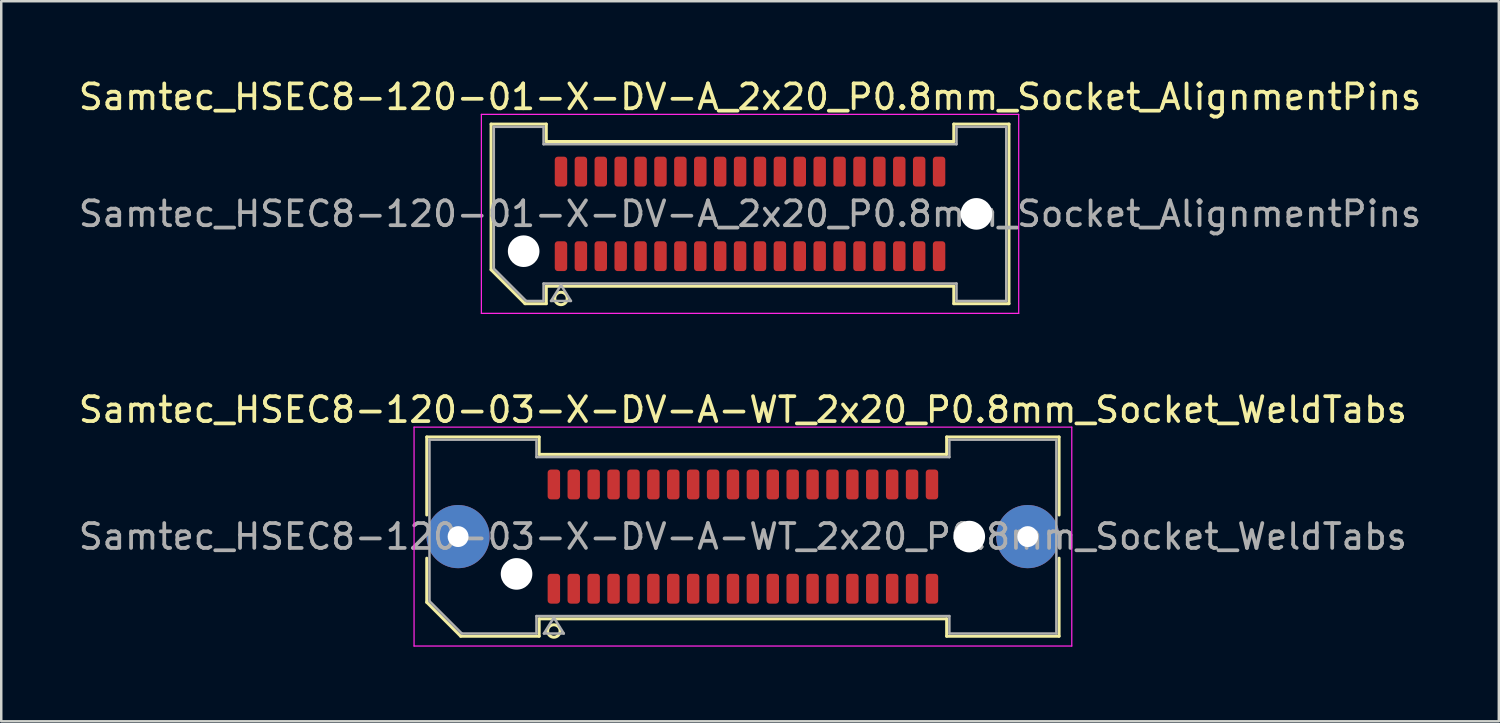
<source format=kicad_pcb>
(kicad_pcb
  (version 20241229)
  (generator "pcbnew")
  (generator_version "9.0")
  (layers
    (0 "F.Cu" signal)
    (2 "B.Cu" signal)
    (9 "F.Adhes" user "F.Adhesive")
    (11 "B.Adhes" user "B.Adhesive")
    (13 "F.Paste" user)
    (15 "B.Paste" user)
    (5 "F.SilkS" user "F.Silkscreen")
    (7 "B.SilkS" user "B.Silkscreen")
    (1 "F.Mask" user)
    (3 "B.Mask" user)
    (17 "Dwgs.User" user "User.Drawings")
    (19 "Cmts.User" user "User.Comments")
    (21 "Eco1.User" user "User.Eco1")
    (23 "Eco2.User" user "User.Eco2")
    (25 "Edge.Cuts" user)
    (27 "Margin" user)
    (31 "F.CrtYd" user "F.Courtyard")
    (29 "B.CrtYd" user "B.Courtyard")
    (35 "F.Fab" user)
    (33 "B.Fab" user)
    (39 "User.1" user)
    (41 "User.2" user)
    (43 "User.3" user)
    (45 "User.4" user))
  (footprint "Samtec_HSEC8-120-01-X-DV-A_2x20_P0.8mm_Socket_AlignmentPins"
    (layer "F.Cu")
    (at 27.101 5.548)
    (property "Reference" "Samtec_HSEC8-120-01-X-DV-A_2x20_P0.8mm_Socket_AlignmentPins" (at 0 -4.7 0) (layer "F.SilkS") (effects (font (size 1 1) (thickness 0.15))))
    (attr smd)
    (fp_line (start -10.41 -3.61) (end -8.19 -3.61) (stroke (width 0.12) (type solid)) (layer "F.SilkS"))
    (fp_line (start -10.41 2.246) (end -10.41 -3.61) (stroke (width 0.12) (type solid)) (layer "F.SilkS"))
    (fp_line (start -9.046 3.61) (end -10.41 2.246) (stroke (width 0.12) (type solid)) (layer "F.SilkS"))
    (fp_line (start -8.19 -3.61) (end -8.19 -2.91) (stroke (width 0.12) (type solid)) (layer "F.SilkS"))
    (fp_line (start -8.19 -2.91) (end 8.19 -2.91) (stroke (width 0.12) (type solid)) (layer "F.SilkS"))
    (fp_line (start -8.19 2.91) (end -8.19 3.61) (stroke (width 0.12) (type solid)) (layer "F.SilkS"))
    (fp_line (start -8.19 3.61) (end -9.046 3.61) (stroke (width 0.12) (type solid)) (layer "F.SilkS"))
    (fp_line (start 8.19 -3.61) (end 10.41 -3.61) (stroke (width 0.12) (type solid)) (layer "F.SilkS"))
    (fp_line (start 8.19 -2.91) (end 8.19 -3.61) (stroke (width 0.12) (type solid)) (layer "F.SilkS"))
    (fp_line (start 8.19 2.91) (end -8.19 2.91) (stroke (width 0.12) (type solid)) (layer "F.SilkS"))
    (fp_line (start 8.19 3.61) (end 8.19 2.91) (stroke (width 0.12) (type solid)) (layer "F.SilkS"))
    (fp_line (start 10.41 -3.61) (end 10.41 3.61) (stroke (width 0.12) (type solid)) (layer "F.SilkS"))
    (fp_line (start 10.41 3.61) (end 8.19 3.61) (stroke (width 0.12) (type solid)) (layer "F.SilkS"))
    (fp_arc (start -7.35 3.4) (mid -7.85 3.4) (end -7.35 3.4) (stroke (width 0.12) (type solid)) (layer "F.SilkS"))
    (fp_line (start -10.8 -4) (end -10.8 4) (stroke (width 0.05) (type solid)) (layer "F.CrtYd"))
    (fp_line (start -10.8 4) (end 10.8 4) (stroke (width 0.05) (type solid)) (layer "F.CrtYd"))
    (fp_line (start 10.8 -4) (end -10.8 -4) (stroke (width 0.05) (type solid)) (layer "F.CrtYd"))
    (fp_line (start 10.8 4) (end 10.8 -4) (stroke (width 0.05) (type solid)) (layer "F.CrtYd"))
    (fp_line (start -10.3 -3.5) (end -8.3 -3.5) (stroke (width 0.1) (type solid)) (layer "F.Fab"))
    (fp_line (start -10.3 2.2) (end -10.3 -3.5) (stroke (width 0.1) (type solid)) (layer "F.Fab"))
    (fp_line (start -9 3.5) (end -10.3 2.2) (stroke (width 0.1) (type solid)) (layer "F.Fab"))
    (fp_line (start -8.3 -3.5) (end -8.3 -2.8) (stroke (width 0.1) (type solid)) (layer "F.Fab"))
    (fp_line (start -8.3 -2.8) (end 8.3 -2.8) (stroke (width 0.1) (type solid)) (layer "F.Fab"))
    (fp_line (start -8.3 2.8) (end -8.3 3.5) (stroke (width 0.1) (type solid)) (layer "F.Fab"))
    (fp_line (start -8.3 3.5) (end -9 3.5) (stroke (width 0.1) (type solid)) (layer "F.Fab"))
    (fp_line (start -8 3.5) (end -7.6 2.86) (stroke (width 0.1) (type solid)) (layer "F.Fab"))
    (fp_line (start -7.6 2.86) (end -7.2 3.5) (stroke (width 0.1) (type solid)) (layer "F.Fab"))
    (fp_line (start -7.2 3.5) (end -8 3.5) (stroke (width 0.1) (type solid)) (layer "F.Fab"))
    (fp_line (start 8.3 -3.5) (end 10.3 -3.5) (stroke (width 0.1) (type solid)) (layer "F.Fab"))
    (fp_line (start 8.3 -2.8) (end 8.3 -3.5) (stroke (width 0.1) (type solid)) (layer "F.Fab"))
    (fp_line (start 8.3 2.8) (end -8.3 2.8) (stroke (width 0.1) (type solid)) (layer "F.Fab"))
    (fp_line (start 8.3 3.5) (end 8.3 2.8) (stroke (width 0.1) (type solid)) (layer "F.Fab"))
    (fp_line (start 10.3 -3.5) (end 10.3 3.5) (stroke (width 0.1) (type solid)) (layer "F.Fab"))
    (fp_line (start 10.3 3.5) (end 8.3 3.5) (stroke (width 0.1) (type solid)) (layer "F.Fab"))
    (fp_text user "${REFERENCE}" (at 0 0 0) (layer "F.Fab") (effects (font (size 1 1) (thickness 0.15))))
    (pad "" np_thru_hole circle (at -9.1 1.5) (size 1.27 1.27) (drill 1.27) (layers "*.Cu" "*.Mask"))
    (pad "" np_thru_hole circle (at 9.1 0) (size 1.27 1.27) (drill 1.27) (layers "*.Cu" "*.Mask"))
    (pad "1" smd roundrect (at -7.6 1.7) (size 0.5 1.2) (layers "F.Cu" "F.Mask" "F.Paste") (roundrect_rratio 0.25))
    (pad "2" smd roundrect (at -7.6 -1.7) (size 0.5 1.2) (layers "F.Cu" "F.Mask" "F.Paste") (roundrect_rratio 0.25))
    (pad "3" smd roundrect (at -6.8 1.7) (size 0.5 1.2) (layers "F.Cu" "F.Mask" "F.Paste") (roundrect_rratio 0.25))
    (pad "4" smd roundrect (at -6.8 -1.7) (size 0.5 1.2) (layers "F.Cu" "F.Mask" "F.Paste") (roundrect_rratio 0.25))
    (pad "5" smd roundrect (at -6 1.7) (size 0.5 1.2) (layers "F.Cu" "F.Mask" "F.Paste") (roundrect_rratio 0.25))
    (pad "6" smd roundrect (at -6 -1.7) (size 0.5 1.2) (layers "F.Cu" "F.Mask" "F.Paste") (roundrect_rratio 0.25))
    (pad "7" smd roundrect (at -5.2 1.7) (size 0.5 1.2) (layers "F.Cu" "F.Mask" "F.Paste") (roundrect_rratio 0.25))
    (pad "8" smd roundrect (at -5.2 -1.7) (size 0.5 1.2) (layers "F.Cu" "F.Mask" "F.Paste") (roundrect_rratio 0.25))
    (pad "9" smd roundrect (at -4.4 1.7) (size 0.5 1.2) (layers "F.Cu" "F.Mask" "F.Paste") (roundrect_rratio 0.25))
    (pad "10" smd roundrect (at -4.4 -1.7) (size 0.5 1.2) (layers "F.Cu" "F.Mask" "F.Paste") (roundrect_rratio 0.25))
    (pad "11" smd roundrect (at -3.6 1.7) (size 0.5 1.2) (layers "F.Cu" "F.Mask" "F.Paste") (roundrect_rratio 0.25))
    (pad "12" smd roundrect (at -3.6 -1.7) (size 0.5 1.2) (layers "F.Cu" "F.Mask" "F.Paste") (roundrect_rratio 0.25))
    (pad "13" smd roundrect (at -2.8 1.7) (size 0.5 1.2) (layers "F.Cu" "F.Mask" "F.Paste") (roundrect_rratio 0.25))
    (pad "14" smd roundrect (at -2.8 -1.7) (size 0.5 1.2) (layers "F.Cu" "F.Mask" "F.Paste") (roundrect_rratio 0.25))
    (pad "15" smd roundrect (at -2 1.7) (size 0.5 1.2) (layers "F.Cu" "F.Mask" "F.Paste") (roundrect_rratio 0.25))
    (pad "16" smd roundrect (at -2 -1.7) (size 0.5 1.2) (layers "F.Cu" "F.Mask" "F.Paste") (roundrect_rratio 0.25))
    (pad "17" smd roundrect (at -1.2 1.7) (size 0.5 1.2) (layers "F.Cu" "F.Mask" "F.Paste") (roundrect_rratio 0.25))
    (pad "18" smd roundrect (at -1.2 -1.7) (size 0.5 1.2) (layers "F.Cu" "F.Mask" "F.Paste") (roundrect_rratio 0.25))
    (pad "19" smd roundrect (at -0.4 1.7) (size 0.5 1.2) (layers "F.Cu" "F.Mask" "F.Paste") (roundrect_rratio 0.25))
    (pad "20" smd roundrect (at -0.4 -1.7) (size 0.5 1.2) (layers "F.Cu" "F.Mask" "F.Paste") (roundrect_rratio 0.25))
    (pad "21" smd roundrect (at 0.4 1.7) (size 0.5 1.2) (layers "F.Cu" "F.Mask" "F.Paste") (roundrect_rratio 0.25))
    (pad "22" smd roundrect (at 0.4 -1.7) (size 0.5 1.2) (layers "F.Cu" "F.Mask" "F.Paste") (roundrect_rratio 0.25))
    (pad "23" smd roundrect (at 1.2 1.7) (size 0.5 1.2) (layers "F.Cu" "F.Mask" "F.Paste") (roundrect_rratio 0.25))
    (pad "24" smd roundrect (at 1.2 -1.7) (size 0.5 1.2) (layers "F.Cu" "F.Mask" "F.Paste") (roundrect_rratio 0.25))
    (pad "25" smd roundrect (at 2 1.7) (size 0.5 1.2) (layers "F.Cu" "F.Mask" "F.Paste") (roundrect_rratio 0.25))
    (pad "26" smd roundrect (at 2 -1.7) (size 0.5 1.2) (layers "F.Cu" "F.Mask" "F.Paste") (roundrect_rratio 0.25))
    (pad "27" smd roundrect (at 2.8 1.7) (size 0.5 1.2) (layers "F.Cu" "F.Mask" "F.Paste") (roundrect_rratio 0.25))
    (pad "28" smd roundrect (at 2.8 -1.7) (size 0.5 1.2) (layers "F.Cu" "F.Mask" "F.Paste") (roundrect_rratio 0.25))
    (pad "29" smd roundrect (at 3.6 1.7) (size 0.5 1.2) (layers "F.Cu" "F.Mask" "F.Paste") (roundrect_rratio 0.25))
    (pad "30" smd roundrect (at 3.6 -1.7) (size 0.5 1.2) (layers "F.Cu" "F.Mask" "F.Paste") (roundrect_rratio 0.25))
    (pad "31" smd roundrect (at 4.4 1.7) (size 0.5 1.2) (layers "F.Cu" "F.Mask" "F.Paste") (roundrect_rratio 0.25))
    (pad "32" smd roundrect (at 4.4 -1.7) (size 0.5 1.2) (layers "F.Cu" "F.Mask" "F.Paste") (roundrect_rratio 0.25))
    (pad "33" smd roundrect (at 5.2 1.7) (size 0.5 1.2) (layers "F.Cu" "F.Mask" "F.Paste") (roundrect_rratio 0.25))
    (pad "34" smd roundrect (at 5.2 -1.7) (size 0.5 1.2) (layers "F.Cu" "F.Mask" "F.Paste") (roundrect_rratio 0.25))
    (pad "35" smd roundrect (at 6 1.7) (size 0.5 1.2) (layers "F.Cu" "F.Mask" "F.Paste") (roundrect_rratio 0.25))
    (pad "36" smd roundrect (at 6 -1.7) (size 0.5 1.2) (layers "F.Cu" "F.Mask" "F.Paste") (roundrect_rratio 0.25))
    (pad "37" smd roundrect (at 6.8 1.7) (size 0.5 1.2) (layers "F.Cu" "F.Mask" "F.Paste") (roundrect_rratio 0.25))
    (pad "38" smd roundrect (at 6.8 -1.7) (size 0.5 1.2) (layers "F.Cu" "F.Mask" "F.Paste") (roundrect_rratio 0.25))
    (pad "39" smd roundrect (at 7.6 1.7) (size 0.5 1.2) (layers "F.Cu" "F.Mask" "F.Paste") (roundrect_rratio 0.25))
    (pad "40" smd roundrect (at 7.6 -1.7) (size 0.5 1.2) (layers "F.Cu" "F.Mask" "F.Paste") (roundrect_rratio 0.25)))
  (footprint "Samtec_HSEC8-120-03-X-DV-A-WT_2x20_P0.8mm_Socket_WeldTabs"
    (layer "F.Cu")
    (at 26.815 18.521)
    (property "Reference" "Samtec_HSEC8-120-03-X-DV-A-WT_2x20_P0.8mm_Socket_WeldTabs" (at 0 -5.1 0) (layer "F.SilkS") (effects (font (size 1 1) (thickness 0.15))))
    (attr smd)
    (fp_line (start -12.71 -4.005) (end -8.19 -4.005) (stroke (width 0.12) (type solid)) (layer "F.SilkS"))
    (fp_line (start -12.71 -0.868) (end -12.71 -4.005) (stroke (width 0.12) (type solid)) (layer "F.SilkS"))
    (fp_line (start -12.71 2.641) (end -12.71 0.868) (stroke (width 0.12) (type solid)) (layer "F.SilkS"))
    (fp_line (start -11.346 4.005) (end -12.71 2.641) (stroke (width 0.12) (type solid)) (layer "F.SilkS"))
    (fp_line (start -8.19 -4.005) (end -8.19 -3.305) (stroke (width 0.12) (type solid)) (layer "F.SilkS"))
    (fp_line (start -8.19 -3.305) (end 8.19 -3.305) (stroke (width 0.12) (type solid)) (layer "F.SilkS"))
    (fp_line (start -8.19 3.305) (end -8.19 4.005) (stroke (width 0.12) (type solid)) (layer "F.SilkS"))
    (fp_line (start -8.19 4.005) (end -11.346 4.005) (stroke (width 0.12) (type solid)) (layer "F.SilkS"))
    (fp_line (start 8.19 -4.005) (end 12.71 -4.005) (stroke (width 0.12) (type solid)) (layer "F.SilkS"))
    (fp_line (start 8.19 -3.305) (end 8.19 -4.005) (stroke (width 0.12) (type solid)) (layer "F.SilkS"))
    (fp_line (start 8.19 3.305) (end -8.19 3.305) (stroke (width 0.12) (type solid)) (layer "F.SilkS"))
    (fp_line (start 8.19 4.005) (end 8.19 3.305) (stroke (width 0.12) (type solid)) (layer "F.SilkS"))
    (fp_line (start 12.71 -4.005) (end 12.71 -0.868) (stroke (width 0.12) (type solid)) (layer "F.SilkS"))
    (fp_line (start 12.71 0.868) (end 12.71 4.005) (stroke (width 0.12) (type solid)) (layer "F.SilkS"))
    (fp_line (start 12.71 4.005) (end 8.19 4.005) (stroke (width 0.12) (type solid)) (layer "F.SilkS"))
    (fp_arc (start -7.35 3.795) (mid -7.85 3.795) (end -7.35 3.795) (stroke (width 0.12) (type solid)) (layer "F.SilkS"))
    (fp_line (start -13.22 -4.4) (end -13.22 4.4) (stroke (width 0.05) (type solid)) (layer "F.CrtYd"))
    (fp_line (start -13.22 4.4) (end 13.22 4.4) (stroke (width 0.05) (type solid)) (layer "F.CrtYd"))
    (fp_line (start 13.22 -4.4) (end -13.22 -4.4) (stroke (width 0.05) (type solid)) (layer "F.CrtYd"))
    (fp_line (start 13.22 4.4) (end 13.22 -4.4) (stroke (width 0.05) (type solid)) (layer "F.CrtYd"))
    (fp_line (start -12.6 -3.895) (end -8.3 -3.895) (stroke (width 0.1) (type solid)) (layer "F.Fab"))
    (fp_line (start -12.6 2.595) (end -12.6 -3.895) (stroke (width 0.1) (type solid)) (layer "F.Fab"))
    (fp_line (start -11.3 3.895) (end -12.6 2.595) (stroke (width 0.1) (type solid)) (layer "F.Fab"))
    (fp_line (start -8.3 -3.895) (end -8.3 -3.195) (stroke (width 0.1) (type solid)) (layer "F.Fab"))
    (fp_line (start -8.3 -3.195) (end 8.3 -3.195) (stroke (width 0.1) (type solid)) (layer "F.Fab"))
    (fp_line (start -8.3 3.195) (end -8.3 3.895) (stroke (width 0.1) (type solid)) (layer "F.Fab"))
    (fp_line (start -8.3 3.895) (end -11.3 3.895) (stroke (width 0.1) (type solid)) (layer "F.Fab"))
    (fp_line (start -8 3.895) (end -7.6 3.255) (stroke (width 0.1) (type solid)) (layer "F.Fab"))
    (fp_line (start -7.6 3.255) (end -7.2 3.895) (stroke (width 0.1) (type solid)) (layer "F.Fab"))
    (fp_line (start -7.2 3.895) (end -8 3.895) (stroke (width 0.1) (type solid)) (layer "F.Fab"))
    (fp_line (start 8.3 -3.895) (end 12.6 -3.895) (stroke (width 0.1) (type solid)) (layer "F.Fab"))
    (fp_line (start 8.3 -3.195) (end 8.3 -3.895) (stroke (width 0.1) (type solid)) (layer "F.Fab"))
    (fp_line (start 8.3 3.195) (end -8.3 3.195) (stroke (width 0.1) (type solid)) (layer "F.Fab"))
    (fp_line (start 8.3 3.895) (end 8.3 3.195) (stroke (width 0.1) (type solid)) (layer "F.Fab"))
    (fp_line (start 12.6 -3.895) (end 12.6 3.895) (stroke (width 0.1) (type solid)) (layer "F.Fab"))
    (fp_line (start 12.6 3.895) (end 8.3 3.895) (stroke (width 0.1) (type solid)) (layer "F.Fab"))
    (fp_text user "${REFERENCE}" (at 0 0 0) (layer "F.Fab") (effects (font (size 1 1) (thickness 0.15))))
    (pad "" thru_hole circle (at -11.45 0) (size 2.54 2.54) (drill 0.84) (layers "*.Cu" "*.Mask" "F.Paste"))
    (pad "" np_thru_hole circle (at -9.1 1.5) (size 1.27 1.27) (drill 1.27) (layers "*.Cu" "*.Mask"))
    (pad "" np_thru_hole circle (at 9.1 0) (size 1.27 1.27) (drill 1.27) (layers "*.Cu" "*.Mask"))
    (pad "" thru_hole circle (at 11.45 0) (size 2.54 2.54) (drill 0.84) (layers "*.Cu" "*.Mask" "F.Paste"))
    (pad "1" smd roundrect (at -7.6 2.095) (size 0.5 1.2) (layers "F.Cu" "F.Mask" "F.Paste") (roundrect_rratio 0.25))
    (pad "2" smd roundrect (at -7.6 -2.095) (size 0.5 1.2) (layers "F.Cu" "F.Mask" "F.Paste") (roundrect_rratio 0.25))
    (pad "3" smd roundrect (at -6.8 2.095) (size 0.5 1.2) (layers "F.Cu" "F.Mask" "F.Paste") (roundrect_rratio 0.25))
    (pad "4" smd roundrect (at -6.8 -2.095) (size 0.5 1.2) (layers "F.Cu" "F.Mask" "F.Paste") (roundrect_rratio 0.25))
    (pad "5" smd roundrect (at -6 2.095) (size 0.5 1.2) (layers "F.Cu" "F.Mask" "F.Paste") (roundrect_rratio 0.25))
    (pad "6" smd roundrect (at -6 -2.095) (size 0.5 1.2) (layers "F.Cu" "F.Mask" "F.Paste") (roundrect_rratio 0.25))
    (pad "7" smd roundrect (at -5.2 2.095) (size 0.5 1.2) (layers "F.Cu" "F.Mask" "F.Paste") (roundrect_rratio 0.25))
    (pad "8" smd roundrect (at -5.2 -2.095) (size 0.5 1.2) (layers "F.Cu" "F.Mask" "F.Paste") (roundrect_rratio 0.25))
    (pad "9" smd roundrect (at -4.4 2.095) (size 0.5 1.2) (layers "F.Cu" "F.Mask" "F.Paste") (roundrect_rratio 0.25))
    (pad "10" smd roundrect (at -4.4 -2.095) (size 0.5 1.2) (layers "F.Cu" "F.Mask" "F.Paste") (roundrect_rratio 0.25))
    (pad "11" smd roundrect (at -3.6 2.095) (size 0.5 1.2) (layers "F.Cu" "F.Mask" "F.Paste") (roundrect_rratio 0.25))
    (pad "12" smd roundrect (at -3.6 -2.095) (size 0.5 1.2) (layers "F.Cu" "F.Mask" "F.Paste") (roundrect_rratio 0.25))
    (pad "13" smd roundrect (at -2.8 2.095) (size 0.5 1.2) (layers "F.Cu" "F.Mask" "F.Paste") (roundrect_rratio 0.25))
    (pad "14" smd roundrect (at -2.8 -2.095) (size 0.5 1.2) (layers "F.Cu" "F.Mask" "F.Paste") (roundrect_rratio 0.25))
    (pad "15" smd roundrect (at -2 2.095) (size 0.5 1.2) (layers "F.Cu" "F.Mask" "F.Paste") (roundrect_rratio 0.25))
    (pad "16" smd roundrect (at -2 -2.095) (size 0.5 1.2) (layers "F.Cu" "F.Mask" "F.Paste") (roundrect_rratio 0.25))
    (pad "17" smd roundrect (at -1.2 2.095) (size 0.5 1.2) (layers "F.Cu" "F.Mask" "F.Paste") (roundrect_rratio 0.25))
    (pad "18" smd roundrect (at -1.2 -2.095) (size 0.5 1.2) (layers "F.Cu" "F.Mask" "F.Paste") (roundrect_rratio 0.25))
    (pad "19" smd roundrect (at -0.4 2.095) (size 0.5 1.2) (layers "F.Cu" "F.Mask" "F.Paste") (roundrect_rratio 0.25))
    (pad "20" smd roundrect (at -0.4 -2.095) (size 0.5 1.2) (layers "F.Cu" "F.Mask" "F.Paste") (roundrect_rratio 0.25))
    (pad "21" smd roundrect (at 0.4 2.095) (size 0.5 1.2) (layers "F.Cu" "F.Mask" "F.Paste") (roundrect_rratio 0.25))
    (pad "22" smd roundrect (at 0.4 -2.095) (size 0.5 1.2) (layers "F.Cu" "F.Mask" "F.Paste") (roundrect_rratio 0.25))
    (pad "23" smd roundrect (at 1.2 2.095) (size 0.5 1.2) (layers "F.Cu" "F.Mask" "F.Paste") (roundrect_rratio 0.25))
    (pad "24" smd roundrect (at 1.2 -2.095) (size 0.5 1.2) (layers "F.Cu" "F.Mask" "F.Paste") (roundrect_rratio 0.25))
    (pad "25" smd roundrect (at 2 2.095) (size 0.5 1.2) (layers "F.Cu" "F.Mask" "F.Paste") (roundrect_rratio 0.25))
    (pad "26" smd roundrect (at 2 -2.095) (size 0.5 1.2) (layers "F.Cu" "F.Mask" "F.Paste") (roundrect_rratio 0.25))
    (pad "27" smd roundrect (at 2.8 2.095) (size 0.5 1.2) (layers "F.Cu" "F.Mask" "F.Paste") (roundrect_rratio 0.25))
    (pad "28" smd roundrect (at 2.8 -2.095) (size 0.5 1.2) (layers "F.Cu" "F.Mask" "F.Paste") (roundrect_rratio 0.25))
    (pad "29" smd roundrect (at 3.6 2.095) (size 0.5 1.2) (layers "F.Cu" "F.Mask" "F.Paste") (roundrect_rratio 0.25))
    (pad "30" smd roundrect (at 3.6 -2.095) (size 0.5 1.2) (layers "F.Cu" "F.Mask" "F.Paste") (roundrect_rratio 0.25))
    (pad "31" smd roundrect (at 4.4 2.095) (size 0.5 1.2) (layers "F.Cu" "F.Mask" "F.Paste") (roundrect_rratio 0.25))
    (pad "32" smd roundrect (at 4.4 -2.095) (size 0.5 1.2) (layers "F.Cu" "F.Mask" "F.Paste") (roundrect_rratio 0.25))
    (pad "33" smd roundrect (at 5.2 2.095) (size 0.5 1.2) (layers "F.Cu" "F.Mask" "F.Paste") (roundrect_rratio 0.25))
    (pad "34" smd roundrect (at 5.2 -2.095) (size 0.5 1.2) (layers "F.Cu" "F.Mask" "F.Paste") (roundrect_rratio 0.25))
    (pad "35" smd roundrect (at 6 2.095) (size 0.5 1.2) (layers "F.Cu" "F.Mask" "F.Paste") (roundrect_rratio 0.25))
    (pad "36" smd roundrect (at 6 -2.095) (size 0.5 1.2) (layers "F.Cu" "F.Mask" "F.Paste") (roundrect_rratio 0.25))
    (pad "37" smd roundrect (at 6.8 2.095) (size 0.5 1.2) (layers "F.Cu" "F.Mask" "F.Paste") (roundrect_rratio 0.25))
    (pad "38" smd roundrect (at 6.8 -2.095) (size 0.5 1.2) (layers "F.Cu" "F.Mask" "F.Paste") (roundrect_rratio 0.25))
    (pad "39" smd roundrect (at 7.6 2.095) (size 0.5 1.2) (layers "F.Cu" "F.Mask" "F.Paste") (roundrect_rratio 0.25))
    (pad "40" smd roundrect (at 7.6 -2.095) (size 0.5 1.2) (layers "F.Cu" "F.Mask" "F.Paste") (roundrect_rratio 0.25)))
  (gr_rect
    (start -3 -3)
    (end 57.202 25.947)
    (stroke (width 0.1) (type default))
    (fill no)
    (layer "Edge.Cuts")))
</source>
